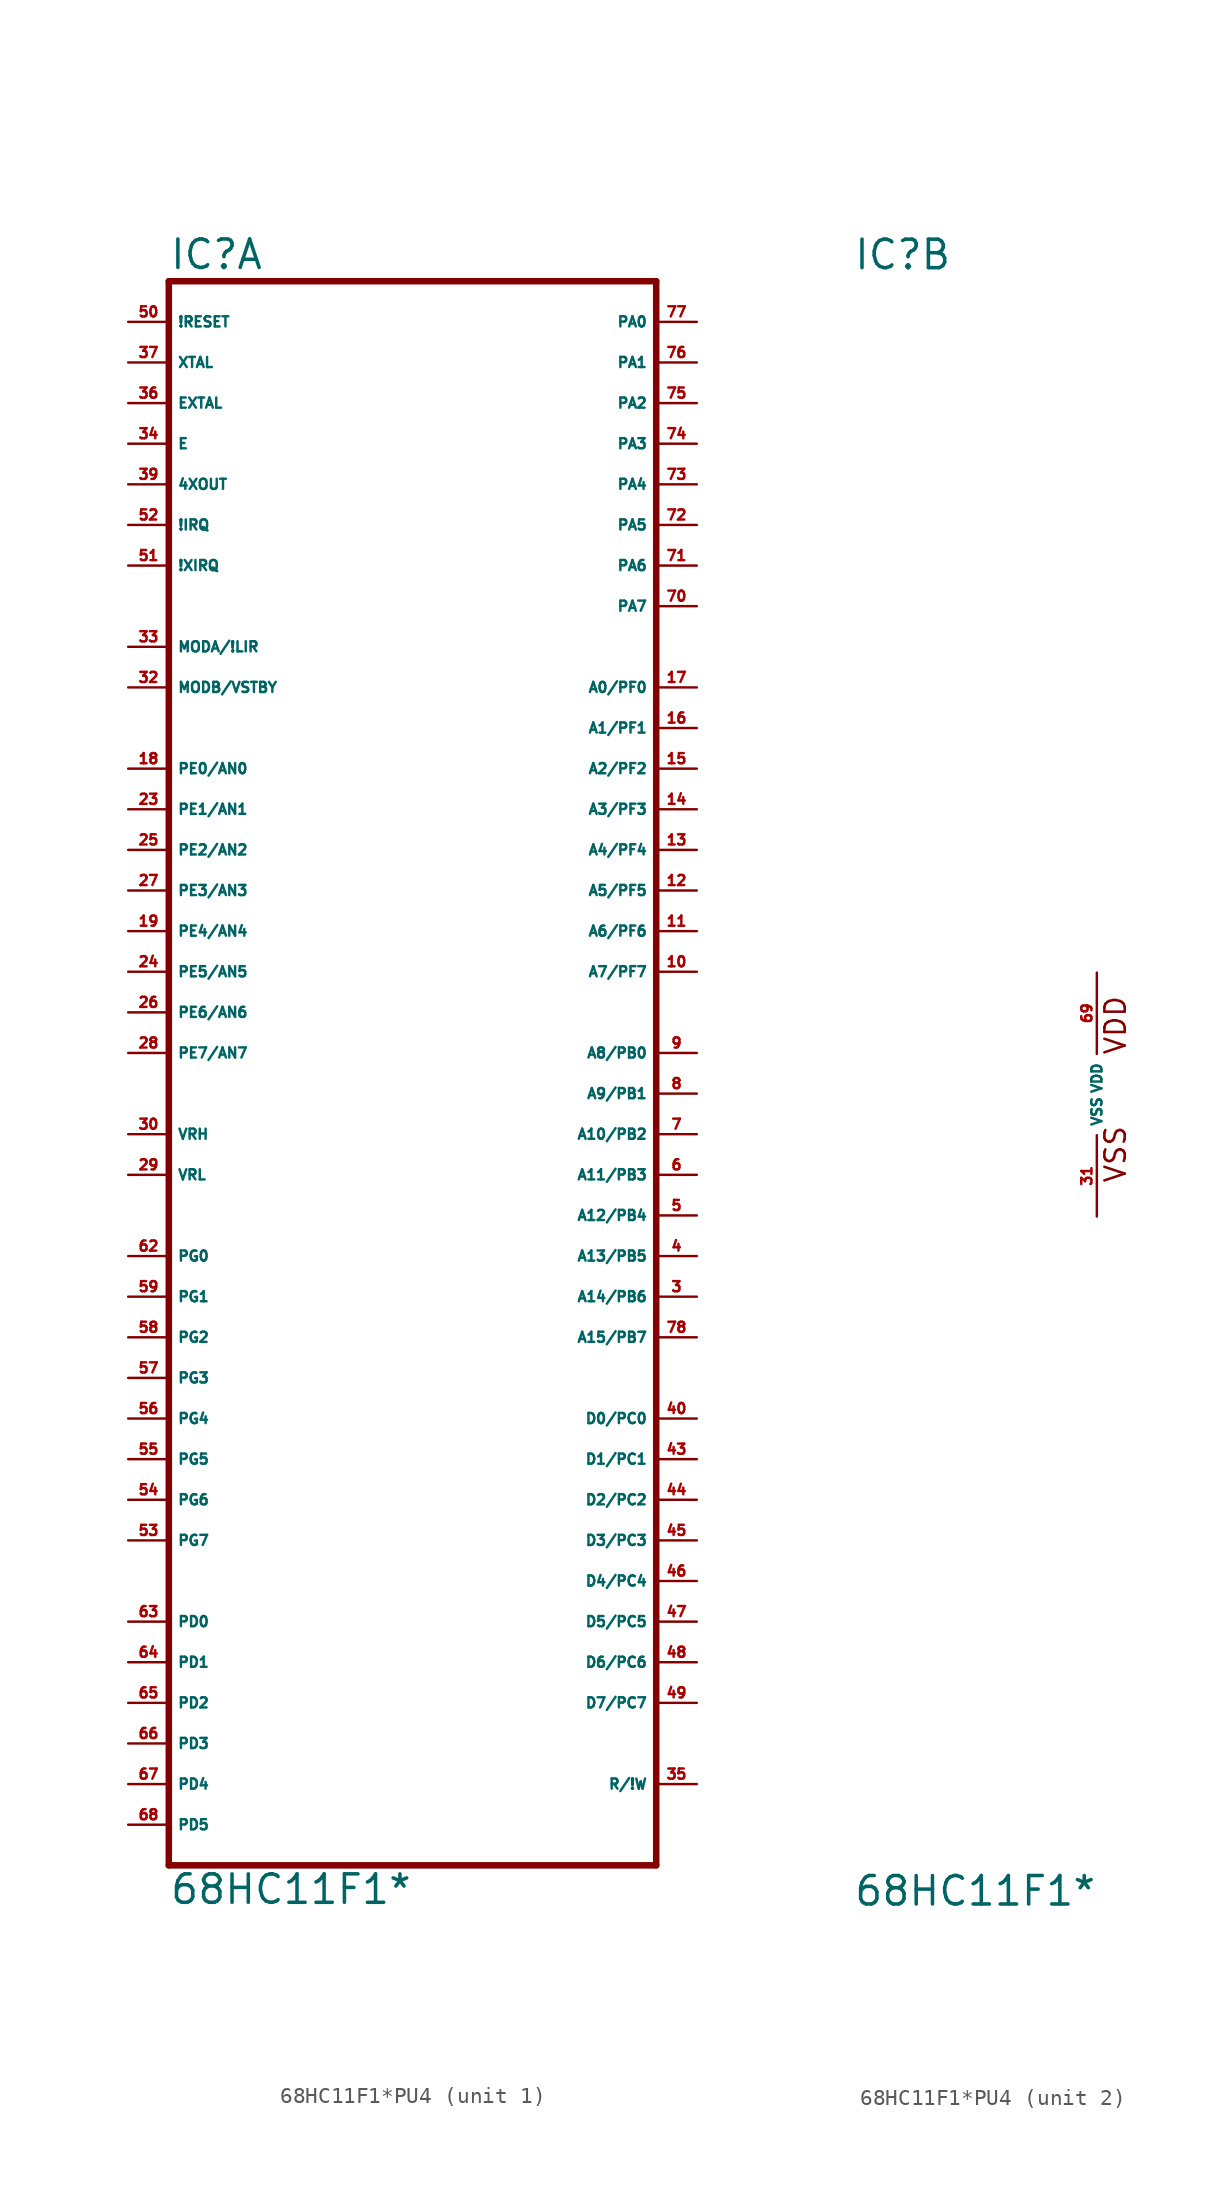
<source format=kicad_sym>
(kicad_symbol_lib
  (version 20220914)
  (generator Eagle2Kicad)
  (symbol "68HC11F1*PU4"
    (property "Reference" "IC"
      (at -15.24 51.435 0)
      (effects (font (size 1.778 1.778) (thickness 0.22)) (justify left bottom)))
    (property "Value" "68HC11F1*"
      (at -15.24 -50.8 0)
      (effects (font (size 1.778 1.778) (thickness 0.22)) (justify left bottom)))
    (symbol "68HC11F1*PU4_1_0"
      (polyline (pts (xy -15.24 -48.26) (xy 15.24 -48.26)) (stroke (width 0.406) (type default)) (fill (type none)))
      (polyline (pts (xy 15.24 -48.26) (xy 15.24 50.8)) (stroke (width 0.406) (type default)) (fill (type none)))
      (polyline (pts (xy 15.24 50.8) (xy -15.24 50.8)) (stroke (width 0.406) (type default)) (fill (type none)))
      (polyline (pts (xy -15.24 50.8) (xy -15.24 -48.26)) (stroke (width 0.406) (type default)) (fill (type none)))
      (pin bidirectional line (at -17.78 27.94 0) (length 2.54) (name "MODA/!LIR" (effects (font (size 0.635 0.635) (thickness 0.08)) (justify left bottom))) (number "33" (effects (font (size 0.635 0.635) (thickness 0.08)) (justify left bottom))))
      (pin output line (at -17.78 40.64 0) (length 2.54) (name "E" (effects (font (size 0.635 0.635) (thickness 0.08)) (justify left bottom))) (number "34" (effects (font (size 0.635 0.635) (thickness 0.08)) (justify left bottom))))
      (pin bidirectional line (at 17.78 -43.18 180) (length 2.54) (name "R/!W" (effects (font (size 0.635 0.635) (thickness 0.08)) (justify left bottom))) (number "35" (effects (font (size 0.635 0.635) (thickness 0.08)) (justify left bottom))))
      (pin input line (at -17.78 43.18 0) (length 2.54) (name "EXTAL" (effects (font (size 0.635 0.635) (thickness 0.08)) (justify left bottom))) (number "36" (effects (font (size 0.635 0.635) (thickness 0.08)) (justify left bottom))))
      (pin output line (at -17.78 45.72 0) (length 2.54) (name "XTAL" (effects (font (size 0.635 0.635) (thickness 0.08)) (justify left bottom))) (number "37" (effects (font (size 0.635 0.635) (thickness 0.08)) (justify left bottom))))
      (pin tri_state line (at 17.78 -20.32 180) (length 2.54) (name "D0/PC0" (effects (font (size 0.635 0.635) (thickness 0.08)) (justify left bottom))) (number "40" (effects (font (size 0.635 0.635) (thickness 0.08)) (justify left bottom))))
      (pin bidirectional line (at -17.78 48.26 0) (length 2.54) (name "!RESET" (effects (font (size 0.635 0.635) (thickness 0.08)) (justify left bottom))) (number "50" (effects (font (size 0.635 0.635) (thickness 0.08)) (justify left bottom))))
      (pin input line (at -17.78 33.02 0) (length 2.54) (name "!XIRQ" (effects (font (size 0.635 0.635) (thickness 0.08)) (justify left bottom))) (number "51" (effects (font (size 0.635 0.635) (thickness 0.08)) (justify left bottom))))
      (pin input line (at -17.78 35.56 0) (length 2.54) (name "!IRQ" (effects (font (size 0.635 0.635) (thickness 0.08)) (justify left bottom))) (number "52" (effects (font (size 0.635 0.635) (thickness 0.08)) (justify left bottom))))
      (pin bidirectional line (at -17.78 -33.02 0) (length 2.54) (name "PD0" (effects (font (size 0.635 0.635) (thickness 0.08)) (justify left bottom))) (number "63" (effects (font (size 0.635 0.635) (thickness 0.08)) (justify left bottom))))
      (pin bidirectional line (at -17.78 -35.56 0) (length 2.54) (name "PD1" (effects (font (size 0.635 0.635) (thickness 0.08)) (justify left bottom))) (number "64" (effects (font (size 0.635 0.635) (thickness 0.08)) (justify left bottom))))
      (pin bidirectional line (at -17.78 -38.1 0) (length 2.54) (name "PD2" (effects (font (size 0.635 0.635) (thickness 0.08)) (justify left bottom))) (number "65" (effects (font (size 0.635 0.635) (thickness 0.08)) (justify left bottom))))
      (pin bidirectional line (at -17.78 -40.64 0) (length 2.54) (name "PD3" (effects (font (size 0.635 0.635) (thickness 0.08)) (justify left bottom))) (number "66" (effects (font (size 0.635 0.635) (thickness 0.08)) (justify left bottom))))
      (pin bidirectional line (at -17.78 -43.18 0) (length 2.54) (name "PD4" (effects (font (size 0.635 0.635) (thickness 0.08)) (justify left bottom))) (number "67" (effects (font (size 0.635 0.635) (thickness 0.08)) (justify left bottom))))
      (pin bidirectional line (at -17.78 -45.72 0) (length 2.54) (name "PD5" (effects (font (size 0.635 0.635) (thickness 0.08)) (justify left bottom))) (number "68" (effects (font (size 0.635 0.635) (thickness 0.08)) (justify left bottom))))
      (pin output line (at 17.78 2.54 180) (length 2.54) (name "A8/PB0" (effects (font (size 0.635 0.635) (thickness 0.08)) (justify left bottom))) (number "9" (effects (font (size 0.635 0.635) (thickness 0.08)) (justify left bottom))))
      (pin bidirectional line (at 17.78 48.26 180) (length 2.54) (name "PA0" (effects (font (size 0.635 0.635) (thickness 0.08)) (justify left bottom))) (number "77" (effects (font (size 0.635 0.635) (thickness 0.08)) (justify left bottom))))
      (pin input line (at -17.78 20.32 0) (length 2.54) (name "PE0/AN0" (effects (font (size 0.635 0.635) (thickness 0.08)) (justify left bottom))) (number "18" (effects (font (size 0.635 0.635) (thickness 0.08)) (justify left bottom))))
      (pin input line (at -17.78 17.78 0) (length 2.54) (name "PE1/AN1" (effects (font (size 0.635 0.635) (thickness 0.08)) (justify left bottom))) (number "23" (effects (font (size 0.635 0.635) (thickness 0.08)) (justify left bottom))))
      (pin input line (at -17.78 15.24 0) (length 2.54) (name "PE2/AN2" (effects (font (size 0.635 0.635) (thickness 0.08)) (justify left bottom))) (number "25" (effects (font (size 0.635 0.635) (thickness 0.08)) (justify left bottom))))
      (pin input line (at -17.78 12.7 0) (length 2.54) (name "PE3/AN3" (effects (font (size 0.635 0.635) (thickness 0.08)) (justify left bottom))) (number "27" (effects (font (size 0.635 0.635) (thickness 0.08)) (justify left bottom))))
      (pin input line (at -17.78 10.16 0) (length 2.54) (name "PE4/AN4" (effects (font (size 0.635 0.635) (thickness 0.08)) (justify left bottom))) (number "19" (effects (font (size 0.635 0.635) (thickness 0.08)) (justify left bottom))))
      (pin input line (at -17.78 7.62 0) (length 2.54) (name "PE5/AN5" (effects (font (size 0.635 0.635) (thickness 0.08)) (justify left bottom))) (number "24" (effects (font (size 0.635 0.635) (thickness 0.08)) (justify left bottom))))
      (pin input line (at -17.78 5.08 0) (length 2.54) (name "PE6/AN6" (effects (font (size 0.635 0.635) (thickness 0.08)) (justify left bottom))) (number "26" (effects (font (size 0.635 0.635) (thickness 0.08)) (justify left bottom))))
      (pin input line (at -17.78 2.54 0) (length 2.54) (name "PE7/AN7" (effects (font (size 0.635 0.635) (thickness 0.08)) (justify left bottom))) (number "28" (effects (font (size 0.635 0.635) (thickness 0.08)) (justify left bottom))))
      (pin input line (at -17.78 -5.08 0) (length 2.54) (name "VRL" (effects (font (size 0.635 0.635) (thickness 0.08)) (justify left bottom))) (number "29" (effects (font (size 0.635 0.635) (thickness 0.08)) (justify left bottom))))
      (pin input line (at -17.78 -2.54 0) (length 2.54) (name "VRH" (effects (font (size 0.635 0.635) (thickness 0.08)) (justify left bottom))) (number "30" (effects (font (size 0.635 0.635) (thickness 0.08)) (justify left bottom))))
      (pin input line (at -17.78 25.4 0) (length 2.54) (name "MODB/VSTBY" (effects (font (size 0.635 0.635) (thickness 0.08)) (justify left bottom))) (number "32" (effects (font (size 0.635 0.635) (thickness 0.08)) (justify left bottom))))
      (pin bidirectional line (at -17.78 -10.16 0) (length 2.54) (name "PG0" (effects (font (size 0.635 0.635) (thickness 0.08)) (justify left bottom))) (number "62" (effects (font (size 0.635 0.635) (thickness 0.08)) (justify left bottom))))
      (pin bidirectional line (at -17.78 -12.7 0) (length 2.54) (name "PG1" (effects (font (size 0.635 0.635) (thickness 0.08)) (justify left bottom))) (number "59" (effects (font (size 0.635 0.635) (thickness 0.08)) (justify left bottom))))
      (pin bidirectional line (at -17.78 -15.24 0) (length 2.54) (name "PG2" (effects (font (size 0.635 0.635) (thickness 0.08)) (justify left bottom))) (number "58" (effects (font (size 0.635 0.635) (thickness 0.08)) (justify left bottom))))
      (pin bidirectional line (at -17.78 -17.78 0) (length 2.54) (name "PG3" (effects (font (size 0.635 0.635) (thickness 0.08)) (justify left bottom))) (number "57" (effects (font (size 0.635 0.635) (thickness 0.08)) (justify left bottom))))
      (pin bidirectional line (at -17.78 -20.32 0) (length 2.54) (name "PG4" (effects (font (size 0.635 0.635) (thickness 0.08)) (justify left bottom))) (number "56" (effects (font (size 0.635 0.635) (thickness 0.08)) (justify left bottom))))
      (pin bidirectional line (at -17.78 -22.86 0) (length 2.54) (name "PG5" (effects (font (size 0.635 0.635) (thickness 0.08)) (justify left bottom))) (number "55" (effects (font (size 0.635 0.635) (thickness 0.08)) (justify left bottom))))
      (pin bidirectional line (at -17.78 -25.4 0) (length 2.54) (name "PG6" (effects (font (size 0.635 0.635) (thickness 0.08)) (justify left bottom))) (number "54" (effects (font (size 0.635 0.635) (thickness 0.08)) (justify left bottom))))
      (pin bidirectional line (at -17.78 -27.94 0) (length 2.54) (name "PG7" (effects (font (size 0.635 0.635) (thickness 0.08)) (justify left bottom))) (number "53" (effects (font (size 0.635 0.635) (thickness 0.08)) (justify left bottom))))
      (pin output line (at -17.78 38.1 0) (length 2.54) (name "4XOUT" (effects (font (size 0.635 0.635) (thickness 0.08)) (justify left bottom))) (number "39" (effects (font (size 0.635 0.635) (thickness 0.08)) (justify left bottom))))
      (pin output line (at 17.78 25.4 180) (length 2.54) (name "A0/PF0" (effects (font (size 0.635 0.635) (thickness 0.08)) (justify left bottom))) (number "17" (effects (font (size 0.635 0.635) (thickness 0.08)) (justify left bottom))))
      (pin output line (at 17.78 22.86 180) (length 2.54) (name "A1/PF1" (effects (font (size 0.635 0.635) (thickness 0.08)) (justify left bottom))) (number "16" (effects (font (size 0.635 0.635) (thickness 0.08)) (justify left bottom))))
      (pin output line (at 17.78 20.32 180) (length 2.54) (name "A2/PF2" (effects (font (size 0.635 0.635) (thickness 0.08)) (justify left bottom))) (number "15" (effects (font (size 0.635 0.635) (thickness 0.08)) (justify left bottom))))
      (pin output line (at 17.78 17.78 180) (length 2.54) (name "A3/PF3" (effects (font (size 0.635 0.635) (thickness 0.08)) (justify left bottom))) (number "14" (effects (font (size 0.635 0.635) (thickness 0.08)) (justify left bottom))))
      (pin output line (at 17.78 15.24 180) (length 2.54) (name "A4/PF4" (effects (font (size 0.635 0.635) (thickness 0.08)) (justify left bottom))) (number "13" (effects (font (size 0.635 0.635) (thickness 0.08)) (justify left bottom))))
      (pin output line (at 17.78 12.7 180) (length 2.54) (name "A5/PF5" (effects (font (size 0.635 0.635) (thickness 0.08)) (justify left bottom))) (number "12" (effects (font (size 0.635 0.635) (thickness 0.08)) (justify left bottom))))
      (pin output line (at 17.78 10.16 180) (length 2.54) (name "A6/PF6" (effects (font (size 0.635 0.635) (thickness 0.08)) (justify left bottom))) (number "11" (effects (font (size 0.635 0.635) (thickness 0.08)) (justify left bottom))))
      (pin output line (at 17.78 7.62 180) (length 2.54) (name "A7/PF7" (effects (font (size 0.635 0.635) (thickness 0.08)) (justify left bottom))) (number "10" (effects (font (size 0.635 0.635) (thickness 0.08)) (justify left bottom))))
      (pin output line (at 17.78 0 180) (length 2.54) (name "A9/PB1" (effects (font (size 0.635 0.635) (thickness 0.08)) (justify left bottom))) (number "8" (effects (font (size 0.635 0.635) (thickness 0.08)) (justify left bottom))))
      (pin output line (at 17.78 -2.54 180) (length 2.54) (name "A10/PB2" (effects (font (size 0.635 0.635) (thickness 0.08)) (justify left bottom))) (number "7" (effects (font (size 0.635 0.635) (thickness 0.08)) (justify left bottom))))
      (pin output line (at 17.78 -5.08 180) (length 2.54) (name "A11/PB3" (effects (font (size 0.635 0.635) (thickness 0.08)) (justify left bottom))) (number "6" (effects (font (size 0.635 0.635) (thickness 0.08)) (justify left bottom))))
      (pin output line (at 17.78 -7.62 180) (length 2.54) (name "A12/PB4" (effects (font (size 0.635 0.635) (thickness 0.08)) (justify left bottom))) (number "5" (effects (font (size 0.635 0.635) (thickness 0.08)) (justify left bottom))))
      (pin output line (at 17.78 -10.16 180) (length 2.54) (name "A13/PB5" (effects (font (size 0.635 0.635) (thickness 0.08)) (justify left bottom))) (number "4" (effects (font (size 0.635 0.635) (thickness 0.08)) (justify left bottom))))
      (pin output line (at 17.78 -12.7 180) (length 2.54) (name "A14/PB6" (effects (font (size 0.635 0.635) (thickness 0.08)) (justify left bottom))) (number "3" (effects (font (size 0.635 0.635) (thickness 0.08)) (justify left bottom))))
      (pin output line (at 17.78 -15.24 180) (length 2.54) (name "A15/PB7" (effects (font (size 0.635 0.635) (thickness 0.08)) (justify left bottom))) (number "78" (effects (font (size 0.635 0.635) (thickness 0.08)) (justify left bottom))))
      (pin bidirectional line (at 17.78 45.72 180) (length 2.54) (name "PA1" (effects (font (size 0.635 0.635) (thickness 0.08)) (justify left bottom))) (number "76" (effects (font (size 0.635 0.635) (thickness 0.08)) (justify left bottom))))
      (pin bidirectional line (at 17.78 43.18 180) (length 2.54) (name "PA2" (effects (font (size 0.635 0.635) (thickness 0.08)) (justify left bottom))) (number "75" (effects (font (size 0.635 0.635) (thickness 0.08)) (justify left bottom))))
      (pin bidirectional line (at 17.78 40.64 180) (length 2.54) (name "PA3" (effects (font (size 0.635 0.635) (thickness 0.08)) (justify left bottom))) (number "74" (effects (font (size 0.635 0.635) (thickness 0.08)) (justify left bottom))))
      (pin bidirectional line (at 17.78 38.1 180) (length 2.54) (name "PA4" (effects (font (size 0.635 0.635) (thickness 0.08)) (justify left bottom))) (number "73" (effects (font (size 0.635 0.635) (thickness 0.08)) (justify left bottom))))
      (pin bidirectional line (at 17.78 35.56 180) (length 2.54) (name "PA5" (effects (font (size 0.635 0.635) (thickness 0.08)) (justify left bottom))) (number "72" (effects (font (size 0.635 0.635) (thickness 0.08)) (justify left bottom))))
      (pin bidirectional line (at 17.78 33.02 180) (length 2.54) (name "PA6" (effects (font (size 0.635 0.635) (thickness 0.08)) (justify left bottom))) (number "71" (effects (font (size 0.635 0.635) (thickness 0.08)) (justify left bottom))))
      (pin bidirectional line (at 17.78 30.48 180) (length 2.54) (name "PA7" (effects (font (size 0.635 0.635) (thickness 0.08)) (justify left bottom))) (number "70" (effects (font (size 0.635 0.635) (thickness 0.08)) (justify left bottom))))
      (pin tri_state line (at 17.78 -22.86 180) (length 2.54) (name "D1/PC1" (effects (font (size 0.635 0.635) (thickness 0.08)) (justify left bottom))) (number "43" (effects (font (size 0.635 0.635) (thickness 0.08)) (justify left bottom))))
      (pin tri_state line (at 17.78 -25.4 180) (length 2.54) (name "D2/PC2" (effects (font (size 0.635 0.635) (thickness 0.08)) (justify left bottom))) (number "44" (effects (font (size 0.635 0.635) (thickness 0.08)) (justify left bottom))))
      (pin tri_state line (at 17.78 -27.94 180) (length 2.54) (name "D3/PC3" (effects (font (size 0.635 0.635) (thickness 0.08)) (justify left bottom))) (number "45" (effects (font (size 0.635 0.635) (thickness 0.08)) (justify left bottom))))
      (pin tri_state line (at 17.78 -30.48 180) (length 2.54) (name "D4/PC4" (effects (font (size 0.635 0.635) (thickness 0.08)) (justify left bottom))) (number "46" (effects (font (size 0.635 0.635) (thickness 0.08)) (justify left bottom))))
      (pin tri_state line (at 17.78 -33.02 180) (length 2.54) (name "D5/PC5" (effects (font (size 0.635 0.635) (thickness 0.08)) (justify left bottom))) (number "47" (effects (font (size 0.635 0.635) (thickness 0.08)) (justify left bottom))))
      (pin tri_state line (at 17.78 -35.56 180) (length 2.54) (name "D6/PC6" (effects (font (size 0.635 0.635) (thickness 0.08)) (justify left bottom))) (number "48" (effects (font (size 0.635 0.635) (thickness 0.08)) (justify left bottom))))
      (pin tri_state line (at 17.78 -38.1 180) (length 2.54) (name "D7/PC7" (effects (font (size 0.635 0.635) (thickness 0.08)) (justify left bottom))) (number "49" (effects (font (size 0.635 0.635) (thickness 0.08)) (justify left bottom)))))
    (symbol "68HC11F1*PU4_2_0"
      (text "VSS" (at 1.905 -5.588 900) (effects (font (size 1.27 1.27) (thickness 0.16)) (justify left bottom)))
      (text "VDD" (at 1.905 2.413 900) (effects (font (size 1.27 1.27) (thickness 0.16)) (justify left bottom)))
      (pin unspecified line (at 0 -7.62 90) (length 5.08) (name "VSS" (effects (font (size 0.635 0.635) (thickness 0.08)) (justify left bottom))) (number "31" (effects (font (size 0.635 0.635) (thickness 0.08)) (justify left bottom))))
      (pin unspecified line (at 0 7.62 270) (length 5.08) (name "VDD" (effects (font (size 0.635 0.635) (thickness 0.08)) (justify left bottom))) (number "69" (effects (font (size 0.635 0.635) (thickness 0.08)) (justify left bottom)))))))
</source>
